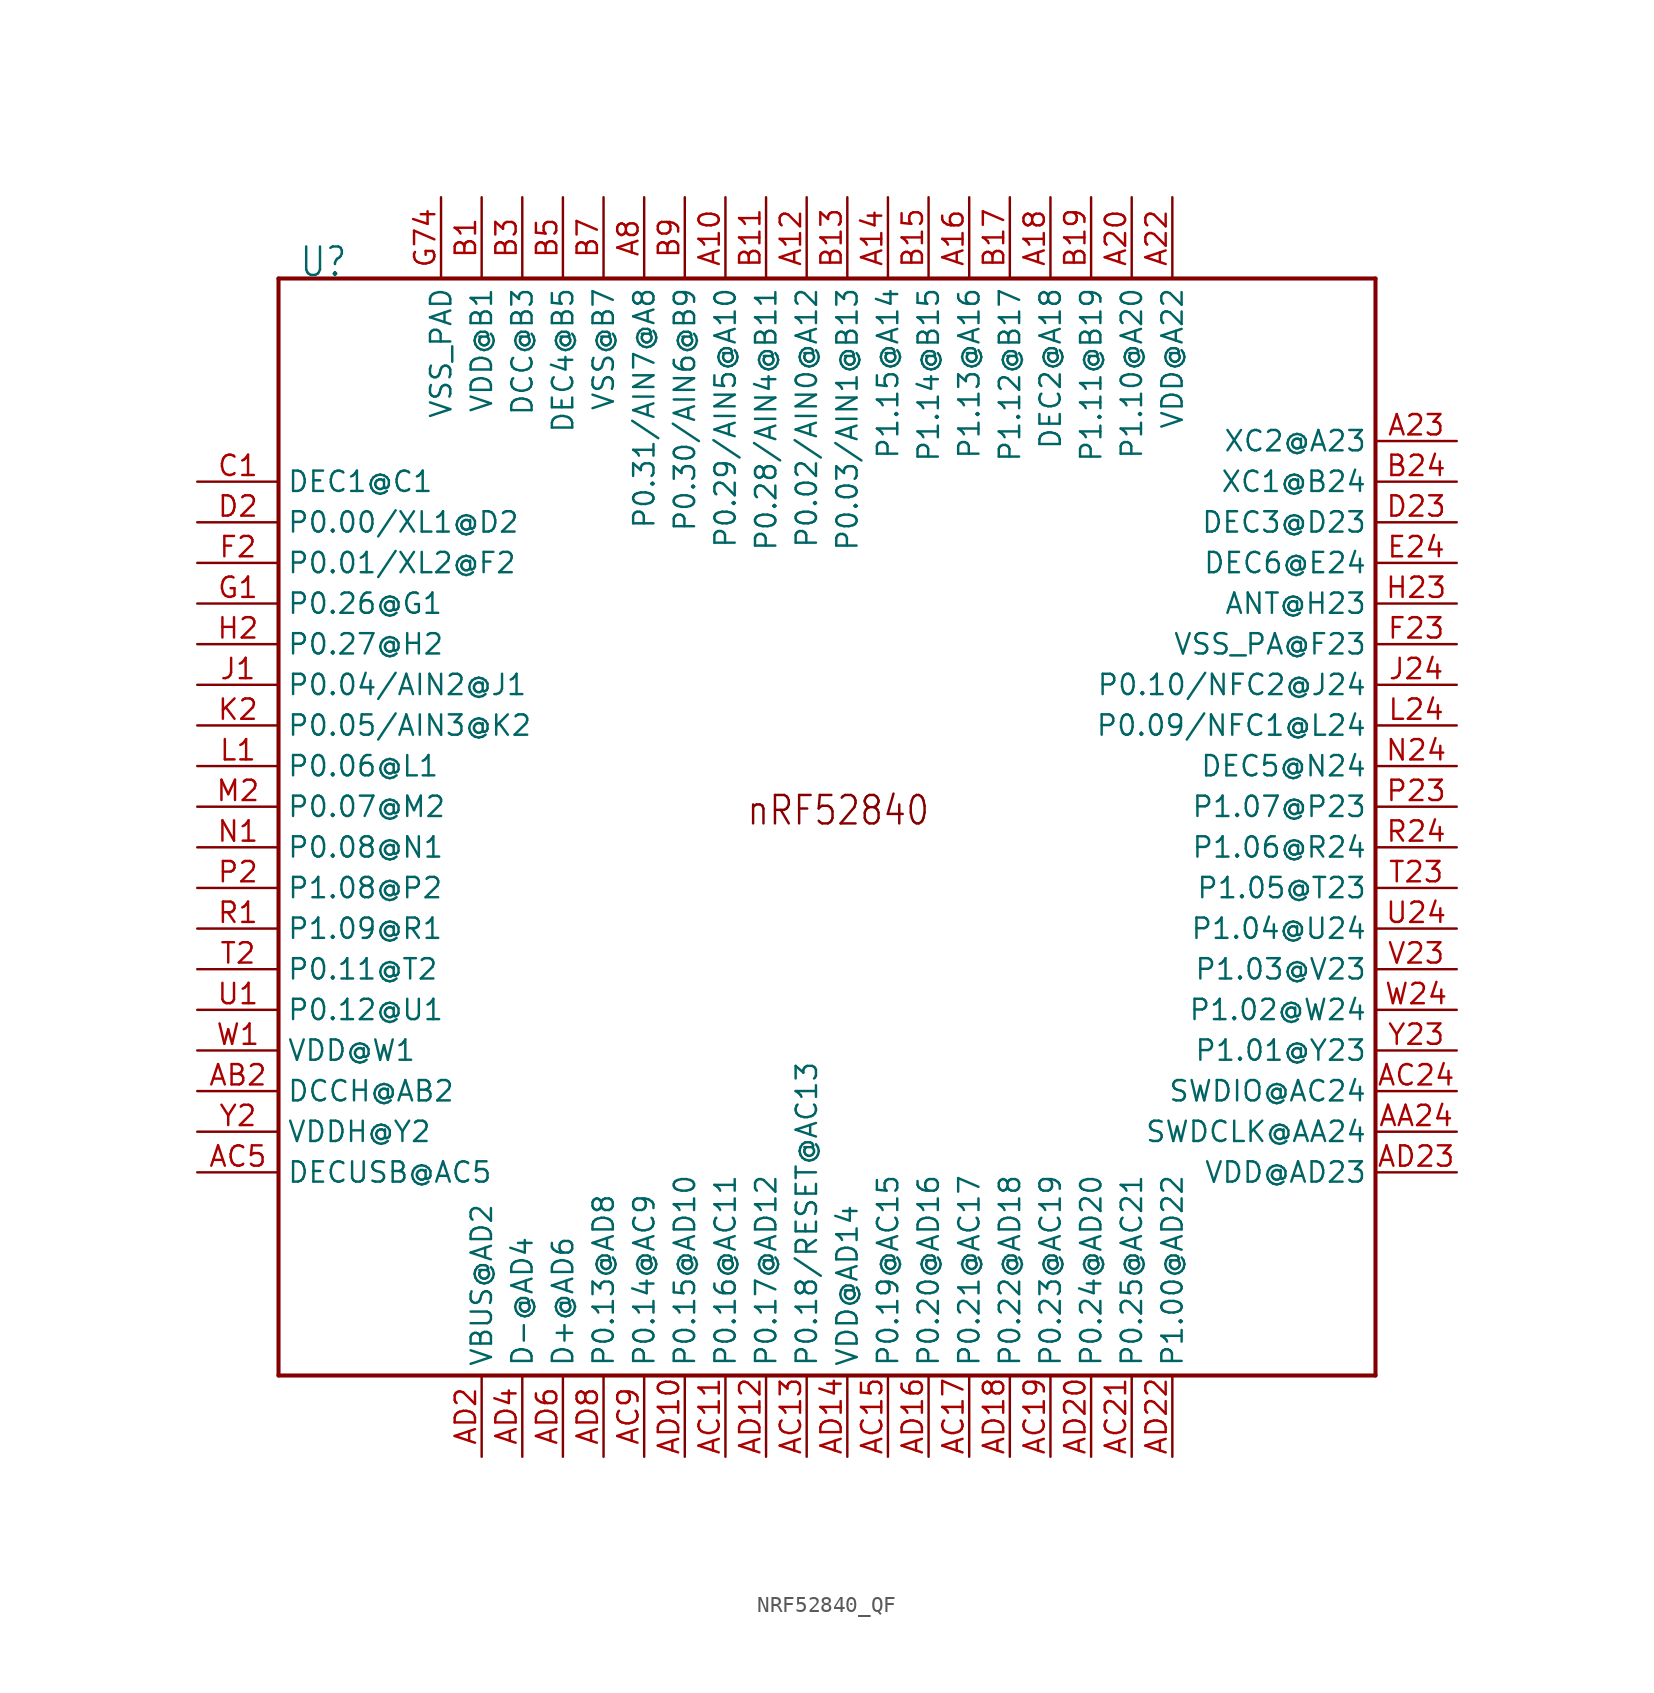
<source format=kicad_sym>
(kicad_symbol_lib
  (version 20231120)
  (generator "kicad_symbol_editor")
  (generator_version "8.0")
  (symbol "NRF52840_QF"
    (property "Reference" "U"
      (at -33.02 34.29 0)
      (effects (font (size 1.778 1.511)) (justify left bottom)))
    (property "Value" ""
      (at 25.4 34.29 0)
      (effects (font (size 1.778 1.511)) (justify left bottom)))
    (property "ki_locked" ""
      (at 0 0 0)
      (effects (font (size 1.27 1.27))))
    (symbol "NRF52840_QF_1_0"
      (polyline (pts (xy -34.29 -34.29) (xy -34.29 34.29)) (stroke (width 0.254) (type solid)) (fill (type none)))
      (polyline (pts (xy -34.29 34.29) (xy 34.29 34.29)) (stroke (width 0.254) (type solid)) (fill (type none)))
      (polyline (pts (xy 34.29 -34.29) (xy -34.29 -34.29)) (stroke (width 0.254) (type solid)) (fill (type none)))
      (polyline (pts (xy 34.29 34.29) (xy 34.29 -34.29)) (stroke (width 0.254) (type solid)) (fill (type none)))
      (text "nRF52840" (at -5.08 0 0) (effects (font (size 1.778 1.511)) (justify left bottom)))
      (pin bidirectional line (at -6.35 39.37 270) (length 5.08) (name "P0.29/AIN5@A10" (effects (font (size 1.27 1.27)))) (number "A10" (effects (font (size 1.27 1.27)))))
      (pin bidirectional line (at -1.27 39.37 270) (length 5.08) (name "P0.02/AIN0@A12" (effects (font (size 1.27 1.27)))) (number "A12" (effects (font (size 1.27 1.27)))))
      (pin bidirectional line (at 3.81 39.37 270) (length 5.08) (name "P1.15@A14" (effects (font (size 1.27 1.27)))) (number "A14" (effects (font (size 1.27 1.27)))))
      (pin bidirectional line (at 8.89 39.37 270) (length 5.08) (name "P1.13@A16" (effects (font (size 1.27 1.27)))) (number "A16" (effects (font (size 1.27 1.27)))))
      (pin bidirectional line (at 13.97 39.37 270) (length 5.08) (name "DEC2@A18" (effects (font (size 1.27 1.27)))) (number "A18" (effects (font (size 1.27 1.27)))))
      (pin bidirectional line (at 19.05 39.37 270) (length 5.08) (name "P1.10@A20" (effects (font (size 1.27 1.27)))) (number "A20" (effects (font (size 1.27 1.27)))))
      (pin bidirectional line (at 21.59 39.37 270) (length 5.08) (name "VDD@A22" (effects (font (size 1.27 1.27)))) (number "A22" (effects (font (size 1.27 1.27)))))
      (pin bidirectional line (at 39.37 24.13 180) (length 5.08) (name "XC2@A23" (effects (font (size 1.27 1.27)))) (number "A23" (effects (font (size 1.27 1.27)))))
      (pin bidirectional line (at -11.43 39.37 270) (length 5.08) (name "P0.31/AIN7@A8" (effects (font (size 1.27 1.27)))) (number "A8" (effects (font (size 1.27 1.27)))))
      (pin input line (at 39.37 -19.05 180) (length 5.08) (name "SWDCLK@AA24" (effects (font (size 1.27 1.27)))) (number "AA24" (effects (font (size 1.27 1.27)))))
      (pin bidirectional line (at -39.37 -16.51 0) (length 5.08) (name "DCCH@AB2" (effects (font (size 1.27 1.27)))) (number "AB2" (effects (font (size 1.27 1.27)))))
      (pin bidirectional line (at -6.35 -39.37 90) (length 5.08) (name "P0.16@AC11" (effects (font (size 1.27 1.27)))) (number "AC11" (effects (font (size 1.27 1.27)))))
      (pin bidirectional line (at -1.27 -39.37 90) (length 5.08) (name "P0.18/RESET@AC13" (effects (font (size 1.27 1.27)))) (number "AC13" (effects (font (size 1.27 1.27)))))
      (pin bidirectional line (at 3.81 -39.37 90) (length 5.08) (name "P0.19@AC15" (effects (font (size 1.27 1.27)))) (number "AC15" (effects (font (size 1.27 1.27)))))
      (pin bidirectional line (at 8.89 -39.37 90) (length 5.08) (name "P0.21@AC17" (effects (font (size 1.27 1.27)))) (number "AC17" (effects (font (size 1.27 1.27)))))
      (pin bidirectional line (at 13.97 -39.37 90) (length 5.08) (name "P0.23@AC19" (effects (font (size 1.27 1.27)))) (number "AC19" (effects (font (size 1.27 1.27)))))
      (pin bidirectional line (at 19.05 -39.37 90) (length 5.08) (name "P0.25@AC21" (effects (font (size 1.27 1.27)))) (number "AC21" (effects (font (size 1.27 1.27)))))
      (pin bidirectional line (at 39.37 -16.51 180) (length 5.08) (name "SWDIO@AC24" (effects (font (size 1.27 1.27)))) (number "AC24" (effects (font (size 1.27 1.27)))))
      (pin bidirectional line (at -39.37 -21.59 0) (length 5.08) (name "DECUSB@AC5" (effects (font (size 1.27 1.27)))) (number "AC5" (effects (font (size 1.27 1.27)))))
      (pin bidirectional line (at -11.43 -39.37 90) (length 5.08) (name "P0.14@AC9" (effects (font (size 1.27 1.27)))) (number "AC9" (effects (font (size 1.27 1.27)))))
      (pin bidirectional line (at -8.89 -39.37 90) (length 5.08) (name "P0.15@AD10" (effects (font (size 1.27 1.27)))) (number "AD10" (effects (font (size 1.27 1.27)))))
      (pin bidirectional line (at -3.81 -39.37 90) (length 5.08) (name "P0.17@AD12" (effects (font (size 1.27 1.27)))) (number "AD12" (effects (font (size 1.27 1.27)))))
      (pin bidirectional line (at 1.27 -39.37 90) (length 5.08) (name "VDD@AD14" (effects (font (size 1.27 1.27)))) (number "AD14" (effects (font (size 1.27 1.27)))))
      (pin bidirectional line (at 6.35 -39.37 90) (length 5.08) (name "P0.20@AD16" (effects (font (size 1.27 1.27)))) (number "AD16" (effects (font (size 1.27 1.27)))))
      (pin bidirectional line (at 11.43 -39.37 90) (length 5.08) (name "P0.22@AD18" (effects (font (size 1.27 1.27)))) (number "AD18" (effects (font (size 1.27 1.27)))))
      (pin bidirectional line (at -21.59 -39.37 90) (length 5.08) (name "VBUS@AD2" (effects (font (size 1.27 1.27)))) (number "AD2" (effects (font (size 1.27 1.27)))))
      (pin bidirectional line (at 16.51 -39.37 90) (length 5.08) (name "P0.24@AD20" (effects (font (size 1.27 1.27)))) (number "AD20" (effects (font (size 1.27 1.27)))))
      (pin bidirectional line (at 21.59 -39.37 90) (length 5.08) (name "P1.00@AD22" (effects (font (size 1.27 1.27)))) (number "AD22" (effects (font (size 1.27 1.27)))))
      (pin bidirectional line (at 39.37 -21.59 180) (length 5.08) (name "VDD@AD23" (effects (font (size 1.27 1.27)))) (number "AD23" (effects (font (size 1.27 1.27)))))
      (pin bidirectional line (at -19.05 -39.37 90) (length 5.08) (name "D-@AD4" (effects (font (size 1.27 1.27)))) (number "AD4" (effects (font (size 1.27 1.27)))))
      (pin bidirectional line (at -16.51 -39.37 90) (length 5.08) (name "D+@AD6" (effects (font (size 1.27 1.27)))) (number "AD6" (effects (font (size 1.27 1.27)))))
      (pin bidirectional line (at -13.97 -39.37 90) (length 5.08) (name "P0.13@AD8" (effects (font (size 1.27 1.27)))) (number "AD8" (effects (font (size 1.27 1.27)))))
      (pin bidirectional line (at -21.59 39.37 270) (length 5.08) (name "VDD@B1" (effects (font (size 1.27 1.27)))) (number "B1" (effects (font (size 1.27 1.27)))))
      (pin bidirectional line (at -3.81 39.37 270) (length 5.08) (name "P0.28/AIN4@B11" (effects (font (size 1.27 1.27)))) (number "B11" (effects (font (size 1.27 1.27)))))
      (pin bidirectional line (at 1.27 39.37 270) (length 5.08) (name "P0.03/AIN1@B13" (effects (font (size 1.27 1.27)))) (number "B13" (effects (font (size 1.27 1.27)))))
      (pin bidirectional line (at 6.35 39.37 270) (length 5.08) (name "P1.14@B15" (effects (font (size 1.27 1.27)))) (number "B15" (effects (font (size 1.27 1.27)))))
      (pin bidirectional line (at 11.43 39.37 270) (length 5.08) (name "P1.12@B17" (effects (font (size 1.27 1.27)))) (number "B17" (effects (font (size 1.27 1.27)))))
      (pin bidirectional line (at 16.51 39.37 270) (length 5.08) (name "P1.11@B19" (effects (font (size 1.27 1.27)))) (number "B19" (effects (font (size 1.27 1.27)))))
      (pin bidirectional line (at 39.37 21.59 180) (length 5.08) (name "XC1@B24" (effects (font (size 1.27 1.27)))) (number "B24" (effects (font (size 1.27 1.27)))))
      (pin bidirectional line (at -19.05 39.37 270) (length 5.08) (name "DCC@B3" (effects (font (size 1.27 1.27)))) (number "B3" (effects (font (size 1.27 1.27)))))
      (pin bidirectional line (at -16.51 39.37 270) (length 5.08) (name "DEC4@B5" (effects (font (size 1.27 1.27)))) (number "B5" (effects (font (size 1.27 1.27)))))
      (pin bidirectional line (at -13.97 39.37 270) (length 5.08) (name "VSS@B7" (effects (font (size 1.27 1.27)))) (number "B7" (effects (font (size 1.27 1.27)))))
      (pin bidirectional line (at -8.89 39.37 270) (length 5.08) (name "P0.30/AIN6@B9" (effects (font (size 1.27 1.27)))) (number "B9" (effects (font (size 1.27 1.27)))))
      (pin bidirectional line (at -39.37 21.59 0) (length 5.08) (name "DEC1@C1" (effects (font (size 1.27 1.27)))) (number "C1" (effects (font (size 1.27 1.27)))))
      (pin bidirectional line (at -39.37 19.05 0) (length 5.08) (name "P0.00/XL1@D2" (effects (font (size 1.27 1.27)))) (number "D2" (effects (font (size 1.27 1.27)))))
      (pin bidirectional line (at 39.37 19.05 180) (length 5.08) (name "DEC3@D23" (effects (font (size 1.27 1.27)))) (number "D23" (effects (font (size 1.27 1.27)))))
      (pin bidirectional line (at 39.37 16.51 180) (length 5.08) (name "DEC6@E24" (effects (font (size 1.27 1.27)))) (number "E24" (effects (font (size 1.27 1.27)))))
      (pin bidirectional line (at -39.37 16.51 0) (length 5.08) (name "P0.01/XL2@F2" (effects (font (size 1.27 1.27)))) (number "F2" (effects (font (size 1.27 1.27)))))
      (pin bidirectional line (at 39.37 11.43 180) (length 5.08) (name "VSS_PA@F23" (effects (font (size 1.27 1.27)))) (number "F23" (effects (font (size 1.27 1.27)))))
      (pin bidirectional line (at -39.37 13.97 0) (length 5.08) (name "P0.26@G1" (effects (font (size 1.27 1.27)))) (number "G1" (effects (font (size 1.27 1.27)))))
      (pin bidirectional line (at -24.13 39.37 270) (length 5.08) (name "VSS_PAD" (effects (font (size 1.27 1.27)))) (number "G74" (effects (font (size 1.27 1.27)))))
      (pin bidirectional line (at -39.37 11.43 0) (length 5.08) (name "P0.27@H2" (effects (font (size 1.27 1.27)))) (number "H2" (effects (font (size 1.27 1.27)))))
      (pin bidirectional line (at 39.37 13.97 180) (length 5.08) (name "ANT@H23" (effects (font (size 1.27 1.27)))) (number "H23" (effects (font (size 1.27 1.27)))))
      (pin bidirectional line (at -39.37 8.89 0) (length 5.08) (name "P0.04/AIN2@J1" (effects (font (size 1.27 1.27)))) (number "J1" (effects (font (size 1.27 1.27)))))
      (pin bidirectional line (at 39.37 8.89 180) (length 5.08) (name "P0.10/NFC2@J24" (effects (font (size 1.27 1.27)))) (number "J24" (effects (font (size 1.27 1.27)))))
      (pin bidirectional line (at -39.37 6.35 0) (length 5.08) (name "P0.05/AIN3@K2" (effects (font (size 1.27 1.27)))) (number "K2" (effects (font (size 1.27 1.27)))))
      (pin bidirectional line (at -39.37 3.81 0) (length 5.08) (name "P0.06@L1" (effects (font (size 1.27 1.27)))) (number "L1" (effects (font (size 1.27 1.27)))))
      (pin bidirectional line (at 39.37 6.35 180) (length 5.08) (name "P0.09/NFC1@L24" (effects (font (size 1.27 1.27)))) (number "L24" (effects (font (size 1.27 1.27)))))
      (pin bidirectional line (at -39.37 1.27 0) (length 5.08) (name "P0.07@M2" (effects (font (size 1.27 1.27)))) (number "M2" (effects (font (size 1.27 1.27)))))
      (pin bidirectional line (at -39.37 -1.27 0) (length 5.08) (name "P0.08@N1" (effects (font (size 1.27 1.27)))) (number "N1" (effects (font (size 1.27 1.27)))))
      (pin bidirectional line (at 39.37 3.81 180) (length 5.08) (name "DEC5@N24" (effects (font (size 1.27 1.27)))) (number "N24" (effects (font (size 1.27 1.27)))))
      (pin bidirectional line (at -39.37 -3.81 0) (length 5.08) (name "P1.08@P2" (effects (font (size 1.27 1.27)))) (number "P2" (effects (font (size 1.27 1.27)))))
      (pin bidirectional line (at 39.37 1.27 180) (length 5.08) (name "P1.07@P23" (effects (font (size 1.27 1.27)))) (number "P23" (effects (font (size 1.27 1.27)))))
      (pin bidirectional line (at -39.37 -6.35 0) (length 5.08) (name "P1.09@R1" (effects (font (size 1.27 1.27)))) (number "R1" (effects (font (size 1.27 1.27)))))
      (pin bidirectional line (at 39.37 -1.27 180) (length 5.08) (name "P1.06@R24" (effects (font (size 1.27 1.27)))) (number "R24" (effects (font (size 1.27 1.27)))))
      (pin bidirectional line (at -39.37 -8.89 0) (length 5.08) (name "P0.11@T2" (effects (font (size 1.27 1.27)))) (number "T2" (effects (font (size 1.27 1.27)))))
      (pin bidirectional line (at 39.37 -3.81 180) (length 5.08) (name "P1.05@T23" (effects (font (size 1.27 1.27)))) (number "T23" (effects (font (size 1.27 1.27)))))
      (pin bidirectional line (at -39.37 -11.43 0) (length 5.08) (name "P0.12@U1" (effects (font (size 1.27 1.27)))) (number "U1" (effects (font (size 1.27 1.27)))))
      (pin bidirectional line (at 39.37 -6.35 180) (length 5.08) (name "P1.04@U24" (effects (font (size 1.27 1.27)))) (number "U24" (effects (font (size 1.27 1.27)))))
      (pin bidirectional line (at 39.37 -8.89 180) (length 5.08) (name "P1.03@V23" (effects (font (size 1.27 1.27)))) (number "V23" (effects (font (size 1.27 1.27)))))
      (pin bidirectional line (at -39.37 -13.97 0) (length 5.08) (name "VDD@W1" (effects (font (size 1.27 1.27)))) (number "W1" (effects (font (size 1.27 1.27)))))
      (pin bidirectional line (at 39.37 -11.43 180) (length 5.08) (name "P1.02@W24" (effects (font (size 1.27 1.27)))) (number "W24" (effects (font (size 1.27 1.27)))))
      (pin bidirectional line (at -39.37 -19.05 0) (length 5.08) (name "VDDH@Y2" (effects (font (size 1.27 1.27)))) (number "Y2" (effects (font (size 1.27 1.27)))))
      (pin bidirectional line (at 39.37 -13.97 180) (length 5.08) (name "P1.01@Y23" (effects (font (size 1.27 1.27)))) (number "Y23" (effects (font (size 1.27 1.27))))))))
</source>
